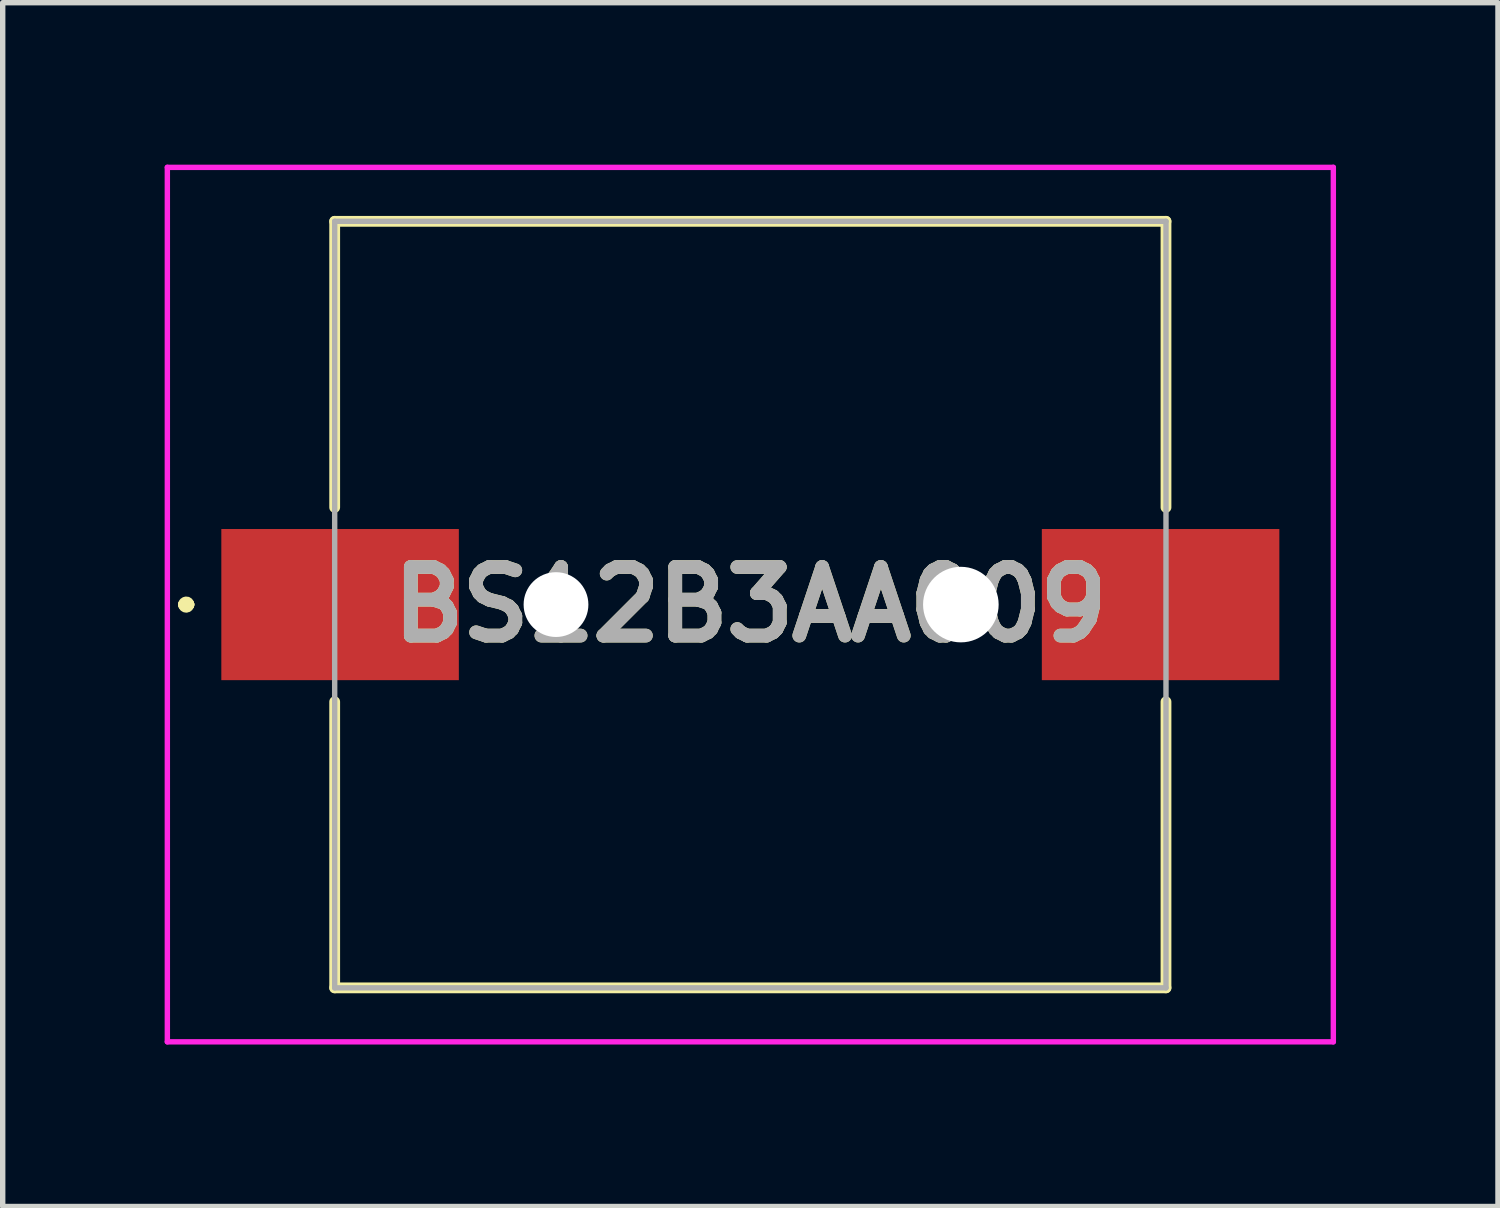
<source format=kicad_pcb>
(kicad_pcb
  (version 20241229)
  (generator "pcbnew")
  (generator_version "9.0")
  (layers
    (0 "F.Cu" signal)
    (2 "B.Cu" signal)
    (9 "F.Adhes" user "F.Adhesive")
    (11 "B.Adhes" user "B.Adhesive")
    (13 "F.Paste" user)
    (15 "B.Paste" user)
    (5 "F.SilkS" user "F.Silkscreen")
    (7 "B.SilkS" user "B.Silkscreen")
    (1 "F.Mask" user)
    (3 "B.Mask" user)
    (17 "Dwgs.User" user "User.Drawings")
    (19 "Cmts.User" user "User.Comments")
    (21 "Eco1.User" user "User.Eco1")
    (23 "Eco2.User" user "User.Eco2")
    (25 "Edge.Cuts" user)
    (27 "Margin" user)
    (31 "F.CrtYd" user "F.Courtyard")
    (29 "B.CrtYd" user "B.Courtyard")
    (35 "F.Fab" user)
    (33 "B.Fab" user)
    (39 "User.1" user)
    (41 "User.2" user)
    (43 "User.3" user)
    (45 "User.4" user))
  (footprint "BS12B3AA009"
    (layer "F.Cu")
    (at 10.85 8.15)
    (property "Reference" "BS12B3AA009" (at 0 0 0) (layer "F.SilkS") (effects (font (size 1.27 1.27) (thickness 0.254))))
    (attr through_hole)
    (fp_line (start -10.5 0) (end -10.5 0) (stroke (width 0.2) (type solid)) (layer "F.SilkS"))
    (fp_line (start -10.4 0) (end -10.5 0) (stroke (width 0.2) (type solid)) (layer "F.SilkS"))
    (fp_line (start -10.4 0) (end -10.4 0) (stroke (width 0.2) (type solid)) (layer "F.SilkS"))
    (fp_line (start -7.7 -7.1) (end -7.7 -1.8) (stroke (width 0.2) (type solid)) (layer "F.SilkS"))
    (fp_line (start -7.7 1.8) (end -7.7 7.1) (stroke (width 0.2) (type solid)) (layer "F.SilkS"))
    (fp_line (start -7.7 7.1) (end 7.7 7.1) (stroke (width 0.2) (type solid)) (layer "F.SilkS"))
    (fp_line (start 7.7 -7.1) (end -7.7 -7.1) (stroke (width 0.2) (type solid)) (layer "F.SilkS"))
    (fp_line (start 7.7 -1.8) (end 7.7 -7.1) (stroke (width 0.2) (type solid)) (layer "F.SilkS"))
    (fp_line (start 7.7 7.1) (end 7.7 1.8) (stroke (width 0.2) (type solid)) (layer "F.SilkS"))
    (fp_arc (start -10.5 0) (mid -10.45 -0.05) (end -10.4 0) (stroke (width 0.2) (type solid)) (layer "F.SilkS"))
    (fp_arc (start -10.4 0) (mid -10.45 0.05) (end -10.5 0) (stroke (width 0.2) (type solid)) (layer "F.SilkS"))
    (fp_line (start -10.8 -8.1) (end 10.8 -8.1) (stroke (width 0.1) (type solid)) (layer "F.CrtYd"))
    (fp_line (start -10.8 8.1) (end -10.8 -8.1) (stroke (width 0.1) (type solid)) (layer "F.CrtYd"))
    (fp_line (start 10.8 -8.1) (end 10.8 8.1) (stroke (width 0.1) (type solid)) (layer "F.CrtYd"))
    (fp_line (start 10.8 8.1) (end -10.8 8.1) (stroke (width 0.1) (type solid)) (layer "F.CrtYd"))
    (fp_line (start -7.7 -7.1) (end -7.7 7.1) (stroke (width 0.1) (type solid)) (layer "F.Fab"))
    (fp_line (start -7.7 7.1) (end 7.7 7.1) (stroke (width 0.1) (type solid)) (layer "F.Fab"))
    (fp_line (start 7.7 -7.1) (end -7.7 -7.1) (stroke (width 0.1) (type solid)) (layer "F.Fab"))
    (fp_line (start 7.7 7.1) (end 7.7 -7.1) (stroke (width 0.1) (type solid)) (layer "F.Fab"))
    (fp_text user "${REFERENCE}" (at 0 0 0) (layer "F.Fab") (effects (font (size 1.27 1.27) (thickness 0.254))))
    (pad "" np_thru_hole circle (at -3.6 0) (size 1.2 1.2) (drill 1.2) (layers "*.Cu" "*.Mask"))
    (pad "" np_thru_hole circle (at 3.9 0) (size 1.4 1.4) (drill 1.4) (layers "*.Cu" "*.Mask"))
    (pad "1" smd rect (at -7.6 0 90) (size 2.8 4.4) (layers "F.Cu" "F.Mask" "F.Paste"))
    (pad "2" smd rect (at 7.6 0 90) (size 2.8 4.4) (layers "F.Cu" "F.Mask" "F.Paste")))
  (gr_rect
    (start -3 -3)
    (end 24.7 19.3)
    (stroke (width 0.1) (type default))
    (fill no)
    (layer "Edge.Cuts")))
</source>
